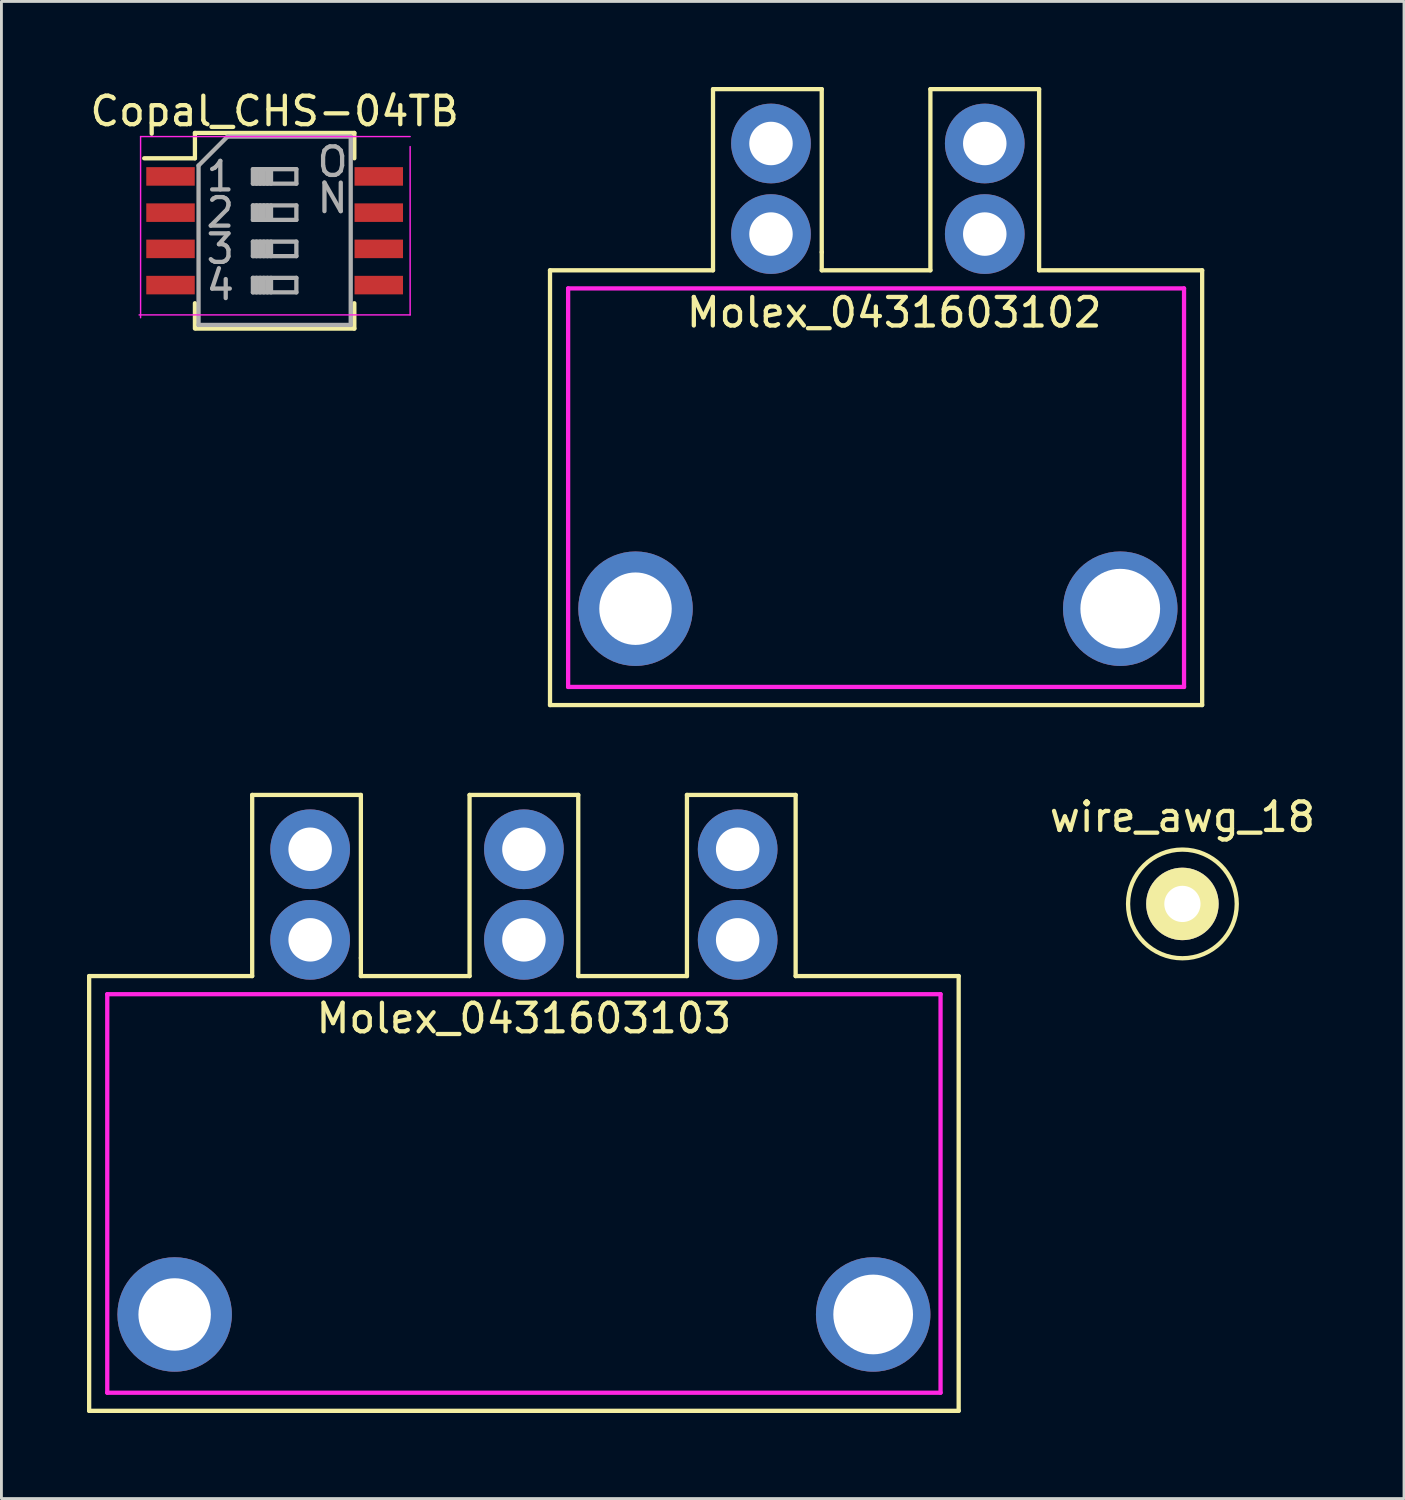
<source format=kicad_pcb>
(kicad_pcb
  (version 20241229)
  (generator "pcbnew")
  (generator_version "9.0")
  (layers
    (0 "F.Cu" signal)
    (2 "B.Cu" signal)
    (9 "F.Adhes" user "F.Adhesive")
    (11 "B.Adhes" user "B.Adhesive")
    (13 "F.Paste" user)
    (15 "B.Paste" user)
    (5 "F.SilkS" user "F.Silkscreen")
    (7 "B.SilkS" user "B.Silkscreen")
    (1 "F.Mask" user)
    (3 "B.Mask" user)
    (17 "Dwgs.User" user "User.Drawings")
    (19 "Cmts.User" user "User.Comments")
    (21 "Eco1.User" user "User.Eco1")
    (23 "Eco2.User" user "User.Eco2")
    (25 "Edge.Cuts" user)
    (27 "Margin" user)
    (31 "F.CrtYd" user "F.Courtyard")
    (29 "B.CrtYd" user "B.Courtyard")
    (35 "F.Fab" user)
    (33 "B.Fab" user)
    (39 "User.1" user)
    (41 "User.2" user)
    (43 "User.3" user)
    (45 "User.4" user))
  (footprint "Copal_CHS-04TB"
    (layer "F.Cu")
    (at 6.577 5.039)
    (property "Reference" "Copal_CHS-04TB" (at 0 -4.191 0) (layer "F.SilkS") (effects (font (size 1 1) (thickness 0.15))))
    (attr smd)
    (fp_line (start -2.794 -3.429) (end -2.794 -2.54) (stroke (width 0.15) (type solid)) (layer "F.SilkS"))
    (fp_line (start -2.794 -3.429) (end 2.794 -3.429) (stroke (width 0.15) (type solid)) (layer "F.SilkS"))
    (fp_line (start -2.794 -2.54) (end -4.572 -2.54) (stroke (width 0.15) (type solid)) (layer "F.SilkS"))
    (fp_line (start -2.794 3.429) (end -2.794 2.54) (stroke (width 0.15) (type solid)) (layer "F.SilkS"))
    (fp_line (start -2.75 3.429) (end 2.794 3.429) (stroke (width 0.15) (type solid)) (layer "F.SilkS"))
    (fp_line (start 2.794 -3.429) (end 2.794 -2.54) (stroke (width 0.15) (type solid)) (layer "F.SilkS"))
    (fp_line (start 2.794 3.429) (end 2.794 2.54) (stroke (width 0.15) (type solid)) (layer "F.SilkS"))
    (fp_line (start -4.75 2.95) (end 4.75 2.95) (stroke (width 0.05) (type solid)) (layer "F.CrtYd"))
    (fp_line (start -4.699 -3.302) (end -4.699 3.048) (stroke (width 0.05) (type solid)) (layer "F.CrtYd"))
    (fp_line (start -4.699 -3.302) (end 4.75 -3.302) (stroke (width 0.05) (type solid)) (layer "F.CrtYd"))
    (fp_line (start 4.75 -2.95) (end 4.75 2.95) (stroke (width 0.05) (type solid)) (layer "F.CrtYd"))
    (fp_line (start -2.667 -2.286) (end -1.651 -3.302) (stroke (width 0.15) (type solid)) (layer "F.Fab"))
    (fp_line (start -2.667 3.302) (end -2.667 -2.286) (stroke (width 0.15) (type solid)) (layer "F.Fab"))
    (fp_line (start -1.651 -3.302) (end 2.667 -3.302) (stroke (width 0.15) (type solid)) (layer "F.Fab"))
    (fp_line (start -0.762 -2.159) (end -0.762 -1.651) (stroke (width 0.15) (type solid)) (layer "F.Fab"))
    (fp_line (start -0.762 -1.651) (end 0.762 -1.651) (stroke (width 0.15) (type solid)) (layer "F.Fab"))
    (fp_line (start -0.762 -0.889) (end -0.762 -0.381) (stroke (width 0.15) (type solid)) (layer "F.Fab"))
    (fp_line (start -0.762 -0.381) (end 0.762 -0.381) (stroke (width 0.15) (type solid)) (layer "F.Fab"))
    (fp_line (start -0.762 0.381) (end -0.762 0.889) (stroke (width 0.15) (type solid)) (layer "F.Fab"))
    (fp_line (start -0.762 0.889) (end 0.762 0.889) (stroke (width 0.15) (type solid)) (layer "F.Fab"))
    (fp_line (start -0.762 1.651) (end -0.762 2.159) (stroke (width 0.15) (type solid)) (layer "F.Fab"))
    (fp_line (start -0.762 2.159) (end 0.762 2.159) (stroke (width 0.15) (type solid)) (layer "F.Fab"))
    (fp_line (start -0.635 -2.159) (end -0.635 -1.651) (stroke (width 0.15) (type solid)) (layer "F.Fab"))
    (fp_line (start -0.635 -0.889) (end -0.635 -0.381) (stroke (width 0.15) (type solid)) (layer "F.Fab"))
    (fp_line (start -0.635 0.381) (end -0.635 0.889) (stroke (width 0.15) (type solid)) (layer "F.Fab"))
    (fp_line (start -0.635 1.651) (end -0.635 2.159) (stroke (width 0.15) (type solid)) (layer "F.Fab"))
    (fp_line (start -0.508 -2.159) (end -0.508 -1.651) (stroke (width 0.15) (type solid)) (layer "F.Fab"))
    (fp_line (start -0.508 -0.889) (end -0.508 -0.381) (stroke (width 0.15) (type solid)) (layer "F.Fab"))
    (fp_line (start -0.508 0.381) (end -0.508 0.889) (stroke (width 0.15) (type solid)) (layer "F.Fab"))
    (fp_line (start -0.508 1.651) (end -0.508 2.159) (stroke (width 0.15) (type solid)) (layer "F.Fab"))
    (fp_line (start -0.381 -2.159) (end -0.381 -1.651) (stroke (width 0.15) (type solid)) (layer "F.Fab"))
    (fp_line (start -0.381 -0.889) (end -0.381 -0.381) (stroke (width 0.15) (type solid)) (layer "F.Fab"))
    (fp_line (start -0.381 0.381) (end -0.381 0.889) (stroke (width 0.15) (type solid)) (layer "F.Fab"))
    (fp_line (start -0.381 1.651) (end -0.381 2.159) (stroke (width 0.15) (type solid)) (layer "F.Fab"))
    (fp_line (start -0.254 -2.159) (end -0.254 -1.651) (stroke (width 0.15) (type solid)) (layer "F.Fab"))
    (fp_line (start -0.254 -0.889) (end -0.254 -0.381) (stroke (width 0.15) (type solid)) (layer "F.Fab"))
    (fp_line (start -0.254 0.381) (end -0.254 0.889) (stroke (width 0.15) (type solid)) (layer "F.Fab"))
    (fp_line (start -0.254 1.651) (end -0.254 2.159) (stroke (width 0.15) (type solid)) (layer "F.Fab"))
    (fp_line (start -0.127 -2.159) (end -0.127 -1.651) (stroke (width 0.15) (type solid)) (layer "F.Fab"))
    (fp_line (start -0.127 -0.889) (end -0.127 -0.381) (stroke (width 0.15) (type solid)) (layer "F.Fab"))
    (fp_line (start -0.127 0.381) (end -0.127 0.889) (stroke (width 0.15) (type solid)) (layer "F.Fab"))
    (fp_line (start -0.127 1.651) (end -0.127 2.159) (stroke (width 0.15) (type solid)) (layer "F.Fab"))
    (fp_line (start 0.762 -2.159) (end -0.762 -2.159) (stroke (width 0.15) (type solid)) (layer "F.Fab"))
    (fp_line (start 0.762 -1.651) (end 0.762 -2.159) (stroke (width 0.15) (type solid)) (layer "F.Fab"))
    (fp_line (start 0.762 -0.889) (end -0.762 -0.889) (stroke (width 0.15) (type solid)) (layer "F.Fab"))
    (fp_line (start 0.762 -0.381) (end 0.762 -0.889) (stroke (width 0.15) (type solid)) (layer "F.Fab"))
    (fp_line (start 0.762 0.381) (end -0.762 0.381) (stroke (width 0.15) (type solid)) (layer "F.Fab"))
    (fp_line (start 0.762 0.889) (end 0.762 0.381) (stroke (width 0.15) (type solid)) (layer "F.Fab"))
    (fp_line (start 0.762 1.651) (end -0.762 1.651) (stroke (width 0.15) (type solid)) (layer "F.Fab"))
    (fp_line (start 0.762 2.159) (end 0.762 1.651) (stroke (width 0.15) (type solid)) (layer "F.Fab"))
    (fp_line (start 2.667 -3.302) (end 2.667 3.302) (stroke (width 0.15) (type solid)) (layer "F.Fab"))
    (fp_line (start 2.667 3.302) (end -2.667 3.302) (stroke (width 0.15) (type solid)) (layer "F.Fab"))
    (fp_text user "3" (at -1.905 0.635 0) (layer "F.Fab") (effects (font (size 1 1) (thickness 0.15))))
    (fp_text user "2" (at -1.905 -0.635 0) (layer "F.Fab") (effects (font (size 1 1) (thickness 0.15))))
    (fp_text user "1" (at -1.905 -1.905 0) (layer "F.Fab") (effects (font (size 1 1) (thickness 0.15))))
    (fp_text user "4" (at -1.905 1.905 0) (layer "F.Fab") (effects (font (size 1 1) (thickness 0.15))))
    (fp_text user "O" (at 2.032 -2.413 0) (layer "F.Fab") (effects (font (size 1 1) (thickness 0.15))))
    (fp_text user "N" (at 2.032 -1.143 0) (layer "F.Fab") (effects (font (size 1 1) (thickness 0.15))))
    (pad "1" smd rect (at -3.65 -1.905) (size 1.7 0.65) (layers "F.Cu" "F.Mask" "F.Paste"))
    (pad "2" smd rect (at 3.65 -1.905) (size 1.7 0.65) (layers "F.Cu" "F.Mask" "F.Paste"))
    (pad "3" smd rect (at -3.65 -0.635) (size 1.7 0.65) (layers "F.Cu" "F.Mask" "F.Paste"))
    (pad "4" smd rect (at 3.65 -0.635) (size 1.7 0.65) (layers "F.Cu" "F.Mask" "F.Paste"))
    (pad "5" smd rect (at -3.65 0.635) (size 1.7 0.65) (layers "F.Cu" "F.Mask" "F.Paste"))
    (pad "6" smd rect (at 3.65 0.635) (size 1.7 0.65) (layers "F.Cu" "F.Mask" "F.Paste"))
    (pad "7" smd rect (at -3.65 1.905) (size 1.7 0.65) (layers "F.Cu" "F.Mask" "F.Paste"))
    (pad "8" smd rect (at 3.65 1.905) (size 1.7 0.65) (layers "F.Cu" "F.Mask" "F.Paste")))
  (footprint "wire_awg_18"
    (layer "F.Cu")
    (at 38.398 28.636)
    (property "Reference" "wire_awg_18" (at 0 -3.048 0) (layer "F.SilkS") (effects (font (size 1 1) (thickness 0.15))))
    (attr through_hole)
    (fp_circle (center 0 0) (end 0 -1.905) (stroke (width 0.15) (type solid)) (fill no) (layer "F.SilkS"))
    (pad "1" thru_hole circle (at 0 0) (size 2.54 2.54) (drill 1.27) (layers "*.Cu" "*.Mask" "F.SilkS")))
  (footprint "Molex_0431603102"
    (layer "F.Cu")
    (at 27.723 5.155)
    (property "Reference" "Molex_0431603102" (at 0.572 2.75 0) (layer "F.SilkS") (effects (font (size 1 1) (thickness 0.15))))
    (attr through_hole)
    (fp_line (start -11.493 1.27) (end -5.779 1.27) (stroke (width 0.15) (type solid)) (layer "F.SilkS"))
    (fp_line (start -11.493 16.51) (end -11.493 1.27) (stroke (width 0.15) (type solid)) (layer "F.SilkS"))
    (fp_line (start -5.779 -5.08) (end -1.968 -5.08) (stroke (width 0.15) (type solid)) (layer "F.SilkS"))
    (fp_line (start -5.779 1.27) (end -5.779 -5.08) (stroke (width 0.15) (type solid)) (layer "F.SilkS"))
    (fp_line (start -1.968 -5.08) (end -1.968 0.635) (stroke (width 0.15) (type solid)) (layer "F.SilkS"))
    (fp_line (start -1.968 0.635) (end -1.968 1.27) (stroke (width 0.15) (type solid)) (layer "F.SilkS"))
    (fp_line (start -1.968 1.27) (end 1.841 1.27) (stroke (width 0.15) (type solid)) (layer "F.SilkS"))
    (fp_line (start 1.841 -5.08) (end 5.652 -5.08) (stroke (width 0.15) (type solid)) (layer "F.SilkS"))
    (fp_line (start 1.841 1.27) (end 1.841 -5.08) (stroke (width 0.15) (type solid)) (layer "F.SilkS"))
    (fp_line (start 5.652 -5.08) (end 5.652 1.27) (stroke (width 0.15) (type solid)) (layer "F.SilkS"))
    (fp_line (start 5.652 1.27) (end 11.367 1.27) (stroke (width 0.15) (type solid)) (layer "F.SilkS"))
    (fp_line (start 11.367 1.27) (end 11.367 16.51) (stroke (width 0.15) (type solid)) (layer "F.SilkS"))
    (fp_line (start 11.367 16.51) (end -11.493 16.51) (stroke (width 0.15) (type solid)) (layer "F.SilkS"))
    (fp_line (start -10.858 1.905) (end -10.858 15.875) (stroke (width 0.15) (type solid)) (layer "F.CrtYd"))
    (fp_line (start -10.858 15.875) (end 10.732 15.875) (stroke (width 0.15) (type solid)) (layer "F.CrtYd"))
    (fp_line (start 10.732 1.905) (end -10.858 1.905) (stroke (width 0.15) (type solid)) (layer "F.CrtYd"))
    (fp_line (start 10.732 15.875) (end 10.732 1.905) (stroke (width 0.15) (type solid)) (layer "F.CrtYd"))
    (pad "" thru_hole circle (at -8.496 13.132) (size 4.013 4.013) (drill 2.54) (layers "*.Cu" "*.Mask"))
    (pad "" thru_hole circle (at 8.496 13.132) (size 4.013 4.013) (drill 2.794) (layers "*.Cu" "*.Mask"))
    (pad "1" thru_hole circle (at -3.747 -3.175) (size 2.794 2.794) (drill 1.524) (layers "*.Cu" "*.Mask"))
    (pad "1" thru_hole circle (at -3.747 0) (size 2.794 2.794) (drill 1.524) (layers "*.Cu" "*.Mask"))
    (pad "2" thru_hole circle (at 3.747 -3.175) (size 2.794 2.794) (drill 1.524) (layers "*.Cu" "*.Mask"))
    (pad "2" thru_hole circle (at 3.747 0) (size 2.794 2.794) (drill 1.524) (layers "*.Cu" "*.Mask")))
  (footprint "Molex_0431603103"
    (layer "F.Cu")
    (at 15.315 29.895)
    (property "Reference" "Molex_0431603103" (at 0 2.75 0) (layer "F.SilkS") (effects (font (size 1 1) (thickness 0.15))))
    (attr through_hole)
    (fp_line (start -15.24 1.27) (end -9.525 1.27) (stroke (width 0.15) (type solid)) (layer "F.SilkS"))
    (fp_line (start -15.24 16.51) (end -15.24 1.27) (stroke (width 0.15) (type solid)) (layer "F.SilkS"))
    (fp_line (start -9.525 -5.08) (end -5.715 -5.08) (stroke (width 0.15) (type solid)) (layer "F.SilkS"))
    (fp_line (start -9.525 1.27) (end -9.525 -5.08) (stroke (width 0.15) (type solid)) (layer "F.SilkS"))
    (fp_line (start -5.715 -5.08) (end -5.715 0.635) (stroke (width 0.15) (type solid)) (layer "F.SilkS"))
    (fp_line (start -5.715 0.635) (end -5.715 1.27) (stroke (width 0.15) (type solid)) (layer "F.SilkS"))
    (fp_line (start -5.715 1.27) (end -1.905 1.27) (stroke (width 0.15) (type solid)) (layer "F.SilkS"))
    (fp_line (start -1.905 -5.08) (end 1.905 -5.08) (stroke (width 0.15) (type solid)) (layer "F.SilkS"))
    (fp_line (start -1.905 1.27) (end -1.905 -5.08) (stroke (width 0.15) (type solid)) (layer "F.SilkS"))
    (fp_line (start 1.905 -5.08) (end 1.905 1.27) (stroke (width 0.15) (type solid)) (layer "F.SilkS"))
    (fp_line (start 1.905 1.27) (end 5.715 1.27) (stroke (width 0.15) (type solid)) (layer "F.SilkS"))
    (fp_line (start 5.715 -5.08) (end 9.525 -5.08) (stroke (width 0.15) (type solid)) (layer "F.SilkS"))
    (fp_line (start 5.715 1.27) (end 5.715 -5.08) (stroke (width 0.15) (type solid)) (layer "F.SilkS"))
    (fp_line (start 9.525 -5.08) (end 9.525 1.27) (stroke (width 0.15) (type solid)) (layer "F.SilkS"))
    (fp_line (start 9.525 1.27) (end 15.24 1.27) (stroke (width 0.15) (type solid)) (layer "F.SilkS"))
    (fp_line (start 15.24 1.27) (end 15.24 16.51) (stroke (width 0.15) (type solid)) (layer "F.SilkS"))
    (fp_line (start 15.24 16.51) (end -15.24 16.51) (stroke (width 0.15) (type solid)) (layer "F.SilkS"))
    (fp_line (start -14.605 1.905) (end -14.605 15.875) (stroke (width 0.15) (type solid)) (layer "F.CrtYd"))
    (fp_line (start -14.605 15.875) (end 14.605 15.875) (stroke (width 0.15) (type solid)) (layer "F.CrtYd"))
    (fp_line (start 14.605 1.905) (end -14.605 1.905) (stroke (width 0.15) (type solid)) (layer "F.CrtYd"))
    (fp_line (start 14.605 15.875) (end 14.605 1.905) (stroke (width 0.15) (type solid)) (layer "F.CrtYd"))
    (pad "" thru_hole circle (at -12.243 13.132) (size 4.013 4.013) (drill 2.54) (layers "*.Cu" "*.Mask"))
    (pad "" thru_hole circle (at 12.243 13.132) (size 4.013 4.013) (drill 2.794) (layers "*.Cu" "*.Mask"))
    (pad "1" thru_hole circle (at -7.493 -3.175) (size 2.794 2.794) (drill 1.524) (layers "*.Cu" "*.Mask"))
    (pad "1" thru_hole circle (at -7.493 0) (size 2.794 2.794) (drill 1.524) (layers "*.Cu" "*.Mask"))
    (pad "2" thru_hole circle (at 0 -3.175) (size 2.794 2.794) (drill 1.524) (layers "*.Cu" "*.Mask"))
    (pad "2" thru_hole circle (at 0 0) (size 2.794 2.794) (drill 1.524) (layers "*.Cu" "*.Mask"))
    (pad "3" thru_hole circle (at 7.493 -3.175) (size 2.794 2.794) (drill 1.524) (layers "*.Cu" "*.Mask"))
    (pad "3" thru_hole circle (at 7.493 0) (size 2.794 2.794) (drill 1.524) (layers "*.Cu" "*.Mask")))
  (gr_rect
    (start -3 -3)
    (end 46.166 49.48)
    (stroke (width 0.1) (type default))
    (fill no)
    (layer "Edge.Cuts")))
</source>
